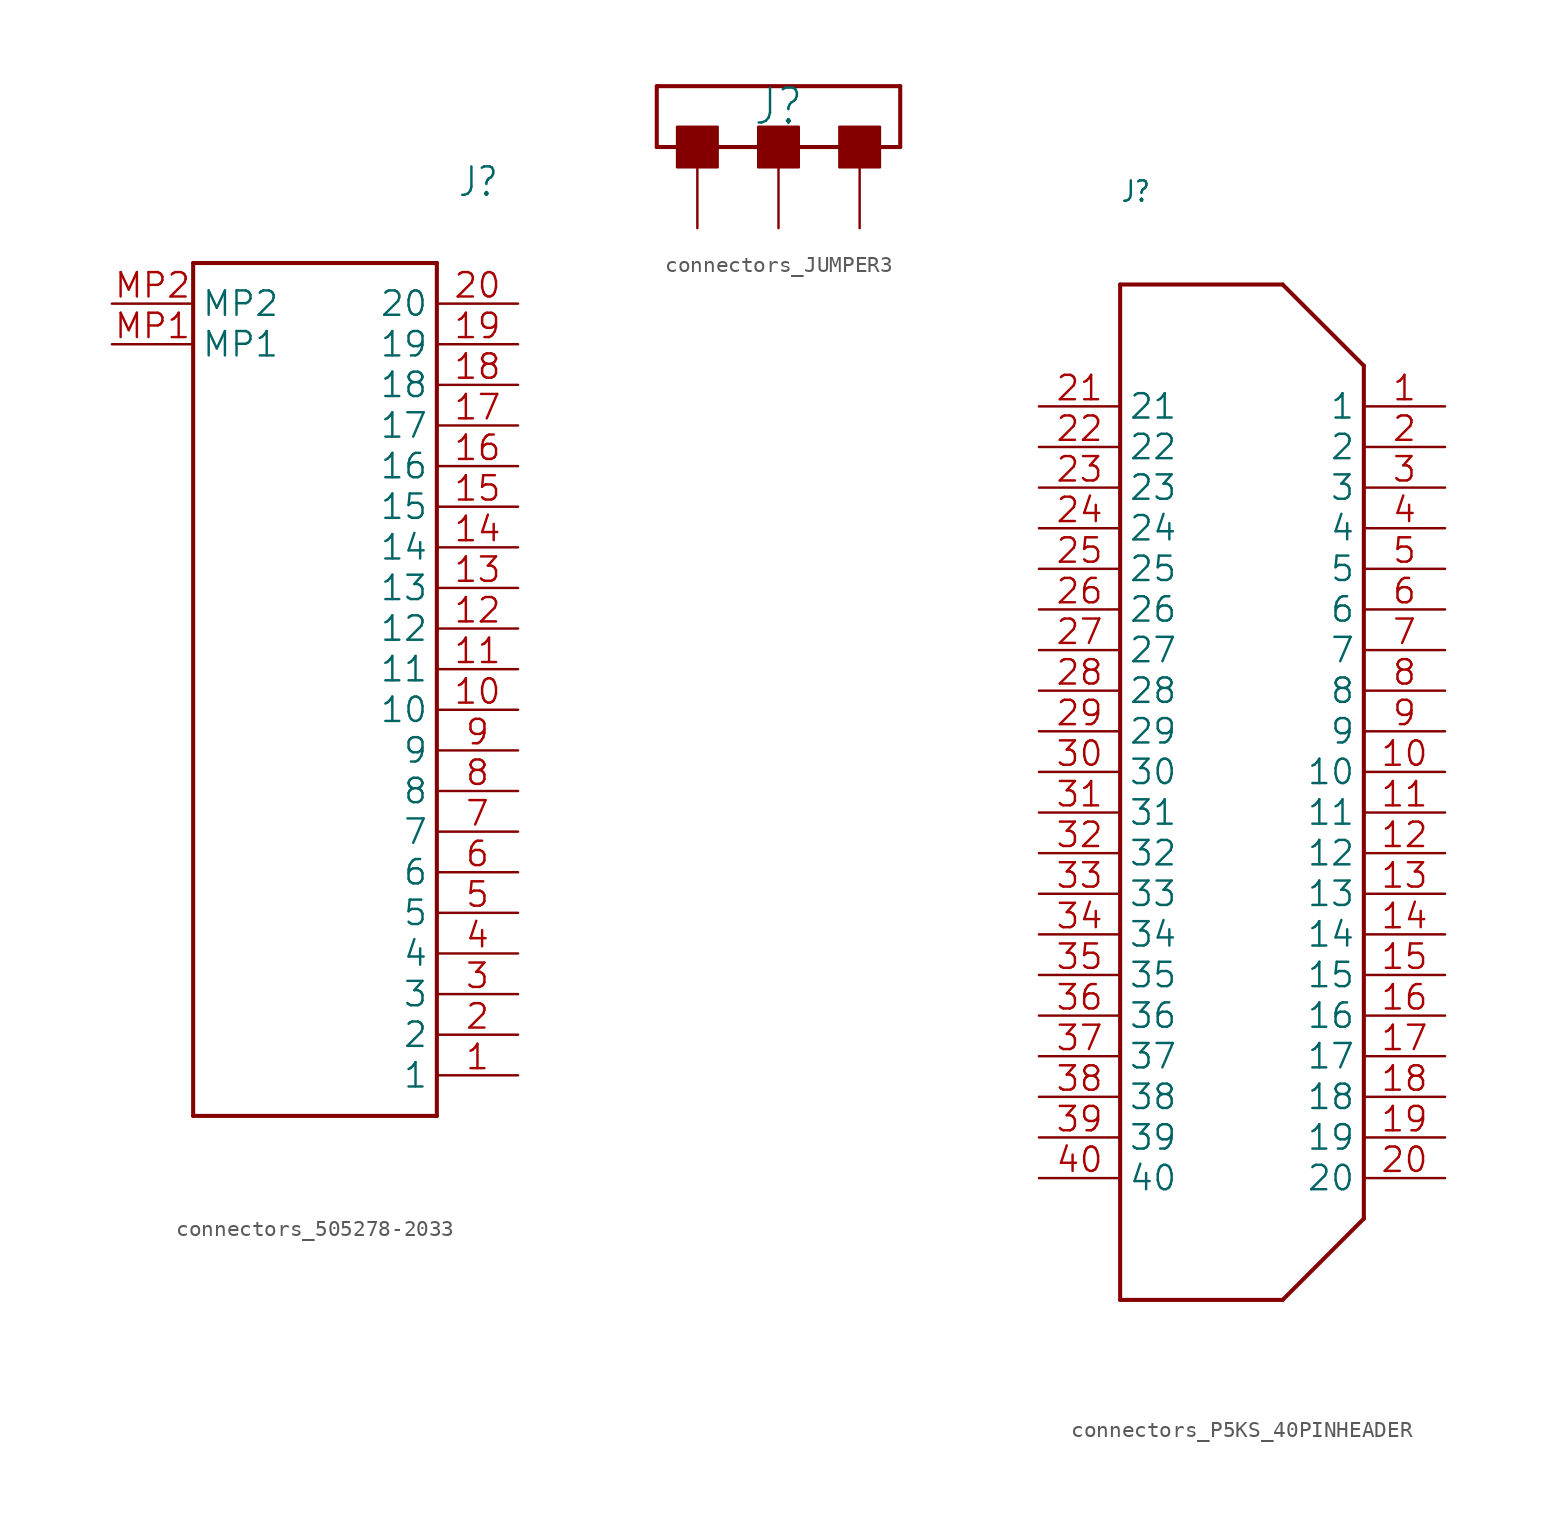
<source format=kicad_sym>
(kicad_symbol_lib
  (version 20241209)
  (generator "kicad_symbol_editor")
  (generator_version "9.0")
  (symbol "connectors_505278-2033"
    (property "Reference" "J"
      (at 21.59 7.62 0)
      (effects (font (size 1.778 1.511)) (justify left)))
    (property "Value" ""
      (at 21.59 5.08 0)
      (effects (font (size 1.778 1.511)) (justify left)))
    (property "ki_locked" ""
      (at 0 0 0)
      (effects (font (size 1.27 1.27))))
    (symbol "connectors_505278-2033_1_0"
      (polyline (pts (xy 5.08 2.54) (xy 5.08 -50.8)) (stroke (width 0.254) (type solid)) (fill (type none)))
      (polyline (pts (xy 5.08 2.54) (xy 20.32 2.54)) (stroke (width 0.254) (type solid)) (fill (type none)))
      (polyline (pts (xy 20.32 -50.8) (xy 5.08 -50.8)) (stroke (width 0.254) (type solid)) (fill (type none)))
      (polyline (pts (xy 20.32 -50.8) (xy 20.32 2.54)) (stroke (width 0.254) (type solid)) (fill (type none)))
      (pin bidirectional line (at 0 0 0) (length 5.08) (name "MP2" (effects (font (size 1.524 1.524)))) (number "MP2" (effects (font (size 1.524 1.524)))))
      (pin bidirectional line (at 0 -2.54 0) (length 5.08) (name "MP1" (effects (font (size 1.524 1.524)))) (number "MP1" (effects (font (size 1.524 1.524)))))
      (pin bidirectional line (at 25.4 0 180) (length 5.08) (name "20" (effects (font (size 1.524 1.524)))) (number "20" (effects (font (size 1.524 1.524)))))
      (pin bidirectional line (at 25.4 -2.54 180) (length 5.08) (name "19" (effects (font (size 1.524 1.524)))) (number "19" (effects (font (size 1.524 1.524)))))
      (pin bidirectional line (at 25.4 -5.08 180) (length 5.08) (name "18" (effects (font (size 1.524 1.524)))) (number "18" (effects (font (size 1.524 1.524)))))
      (pin bidirectional line (at 25.4 -7.62 180) (length 5.08) (name "17" (effects (font (size 1.524 1.524)))) (number "17" (effects (font (size 1.524 1.524)))))
      (pin bidirectional line (at 25.4 -10.16 180) (length 5.08) (name "16" (effects (font (size 1.524 1.524)))) (number "16" (effects (font (size 1.524 1.524)))))
      (pin bidirectional line (at 25.4 -12.7 180) (length 5.08) (name "15" (effects (font (size 1.524 1.524)))) (number "15" (effects (font (size 1.524 1.524)))))
      (pin bidirectional line (at 25.4 -15.24 180) (length 5.08) (name "14" (effects (font (size 1.524 1.524)))) (number "14" (effects (font (size 1.524 1.524)))))
      (pin bidirectional line (at 25.4 -17.78 180) (length 5.08) (name "13" (effects (font (size 1.524 1.524)))) (number "13" (effects (font (size 1.524 1.524)))))
      (pin bidirectional line (at 25.4 -20.32 180) (length 5.08) (name "12" (effects (font (size 1.524 1.524)))) (number "12" (effects (font (size 1.524 1.524)))))
      (pin bidirectional line (at 25.4 -22.86 180) (length 5.08) (name "11" (effects (font (size 1.524 1.524)))) (number "11" (effects (font (size 1.524 1.524)))))
      (pin bidirectional line (at 25.4 -25.4 180) (length 5.08) (name "10" (effects (font (size 1.524 1.524)))) (number "10" (effects (font (size 1.524 1.524)))))
      (pin bidirectional line (at 25.4 -27.94 180) (length 5.08) (name "9" (effects (font (size 1.524 1.524)))) (number "9" (effects (font (size 1.524 1.524)))))
      (pin bidirectional line (at 25.4 -30.48 180) (length 5.08) (name "8" (effects (font (size 1.524 1.524)))) (number "8" (effects (font (size 1.524 1.524)))))
      (pin bidirectional line (at 25.4 -33.02 180) (length 5.08) (name "7" (effects (font (size 1.524 1.524)))) (number "7" (effects (font (size 1.524 1.524)))))
      (pin bidirectional line (at 25.4 -35.56 180) (length 5.08) (name "6" (effects (font (size 1.524 1.524)))) (number "6" (effects (font (size 1.524 1.524)))))
      (pin bidirectional line (at 25.4 -38.1 180) (length 5.08) (name "5" (effects (font (size 1.524 1.524)))) (number "5" (effects (font (size 1.524 1.524)))))
      (pin bidirectional line (at 25.4 -40.64 180) (length 5.08) (name "4" (effects (font (size 1.524 1.524)))) (number "4" (effects (font (size 1.524 1.524)))))
      (pin bidirectional line (at 25.4 -43.18 180) (length 5.08) (name "3" (effects (font (size 1.524 1.524)))) (number "3" (effects (font (size 1.524 1.524)))))
      (pin bidirectional line (at 25.4 -45.72 180) (length 5.08) (name "2" (effects (font (size 1.524 1.524)))) (number "2" (effects (font (size 1.524 1.524)))))
      (pin bidirectional line (at 25.4 -48.26 180) (length 5.08) (name "1" (effects (font (size 1.524 1.524)))) (number "1" (effects (font (size 1.524 1.524)))))))
  (symbol "connectors_JUMPER3"
    (property "Reference" "J"
      (at 0 0 0)
      (effects (font (size 2.184 1.857))))
    (property "ki_locked" ""
      (at 0 0 0)
      (effects (font (size 1.27 1.27))))
    (symbol "connectors_JUMPER3_1_0"
      (polyline (pts (xy -7.62 1.27) (xy 7.62 1.27)) (stroke (width 0.254) (type solid)) (fill (type none)))
      (polyline (pts (xy -7.62 -2.54) (xy -7.62 1.27)) (stroke (width 0.254) (type solid)) (fill (type none)))
      (polyline (pts (xy -6.35 -2.54) (xy -7.62 -2.54)) (stroke (width 0.254) (type solid)) (fill (type none)))
      (polyline (pts (xy -5.08 -2.54) (xy 7.62 -2.54)) (stroke (width 0.254) (type solid)) (fill (type none)))
      (rectangle (start -3.81 -3.81) (end -6.35 -1.27) (stroke (width 0) (type default)) (fill (type outline)))
      (rectangle (start 1.27 -3.81) (end -1.27 -1.27) (stroke (width 0) (type default)) (fill (type outline)))
      (rectangle (start 6.35 -3.81) (end 3.81 -1.27) (stroke (width 0) (type default)) (fill (type outline)))
      (polyline (pts (xy 7.62 1.27) (xy 7.62 -2.54)) (stroke (width 0.254) (type solid)) (fill (type none)))
      (pin bidirectional line (at -5.08 -7.62 90) (length 5.08) (name "L" (effects (font (size 0 0)))) (number "L" (effects (font (size 0 0)))))
      (pin bidirectional line (at 0 -7.62 90) (length 5.08) (name "C" (effects (font (size 0 0)))) (number "C" (effects (font (size 0 0)))))
      (pin bidirectional line (at 5.08 -7.62 90) (length 5.08) (name "R" (effects (font (size 0 0)))) (number "R" (effects (font (size 0 0)))))))
  (symbol "connectors_P5KS_40PINHEADER"
    (property "Reference" "J"
      (at -7.62 7.62 0)
      (effects (font (size 1.27 1.079)) (justify left bottom)))
    (property "Value" ""
      (at -7.62 5.08 0)
      (effects (font (size 1.27 1.079)) (justify left bottom)))
    (property "ki_locked" ""
      (at 0 0 0)
      (effects (font (size 1.27 1.27))))
    (symbol "connectors_P5KS_40PINHEADER_1_0"
      (polyline (pts (xy -7.62 2.54) (xy 2.54 2.54)) (stroke (width 0.254) (type solid)) (fill (type none)))
      (polyline (pts (xy -7.62 -60.96) (xy -7.62 2.54)) (stroke (width 0.254) (type solid)) (fill (type none)))
      (polyline (pts (xy 2.54 2.54) (xy 7.62 -2.54)) (stroke (width 0.254) (type solid)) (fill (type none)))
      (polyline (pts (xy 2.54 -60.96) (xy -7.62 -60.96)) (stroke (width 0.254) (type solid)) (fill (type none)))
      (polyline (pts (xy 7.62 -2.54) (xy 7.62 -55.88)) (stroke (width 0.254) (type solid)) (fill (type none)))
      (polyline (pts (xy 7.62 -55.88) (xy 2.54 -60.96)) (stroke (width 0.254) (type solid)) (fill (type none)))
      (pin bidirectional line (at -12.7 -5.08 0) (length 5.08) (name "21" (effects (font (size 1.524 1.524)))) (number "21" (effects (font (size 1.524 1.524)))))
      (pin bidirectional line (at -12.7 -7.62 0) (length 5.08) (name "22" (effects (font (size 1.524 1.524)))) (number "22" (effects (font (size 1.524 1.524)))))
      (pin bidirectional line (at -12.7 -10.16 0) (length 5.08) (name "23" (effects (font (size 1.524 1.524)))) (number "23" (effects (font (size 1.524 1.524)))))
      (pin bidirectional line (at -12.7 -12.7 0) (length 5.08) (name "24" (effects (font (size 1.524 1.524)))) (number "24" (effects (font (size 1.524 1.524)))))
      (pin bidirectional line (at -12.7 -15.24 0) (length 5.08) (name "25" (effects (font (size 1.524 1.524)))) (number "25" (effects (font (size 1.524 1.524)))))
      (pin bidirectional line (at -12.7 -17.78 0) (length 5.08) (name "26" (effects (font (size 1.524 1.524)))) (number "26" (effects (font (size 1.524 1.524)))))
      (pin bidirectional line (at -12.7 -20.32 0) (length 5.08) (name "27" (effects (font (size 1.524 1.524)))) (number "27" (effects (font (size 1.524 1.524)))))
      (pin bidirectional line (at -12.7 -22.86 0) (length 5.08) (name "28" (effects (font (size 1.524 1.524)))) (number "28" (effects (font (size 1.524 1.524)))))
      (pin bidirectional line (at -12.7 -25.4 0) (length 5.08) (name "29" (effects (font (size 1.524 1.524)))) (number "29" (effects (font (size 1.524 1.524)))))
      (pin bidirectional line (at -12.7 -27.94 0) (length 5.08) (name "30" (effects (font (size 1.524 1.524)))) (number "30" (effects (font (size 1.524 1.524)))))
      (pin bidirectional line (at -12.7 -30.48 0) (length 5.08) (name "31" (effects (font (size 1.524 1.524)))) (number "31" (effects (font (size 1.524 1.524)))))
      (pin bidirectional line (at -12.7 -33.02 0) (length 5.08) (name "32" (effects (font (size 1.524 1.524)))) (number "32" (effects (font (size 1.524 1.524)))))
      (pin bidirectional line (at -12.7 -35.56 0) (length 5.08) (name "33" (effects (font (size 1.524 1.524)))) (number "33" (effects (font (size 1.524 1.524)))))
      (pin bidirectional line (at -12.7 -38.1 0) (length 5.08) (name "34" (effects (font (size 1.524 1.524)))) (number "34" (effects (font (size 1.524 1.524)))))
      (pin bidirectional line (at -12.7 -40.64 0) (length 5.08) (name "35" (effects (font (size 1.524 1.524)))) (number "35" (effects (font (size 1.524 1.524)))))
      (pin bidirectional line (at -12.7 -43.18 0) (length 5.08) (name "36" (effects (font (size 1.524 1.524)))) (number "36" (effects (font (size 1.524 1.524)))))
      (pin bidirectional line (at -12.7 -45.72 0) (length 5.08) (name "37" (effects (font (size 1.524 1.524)))) (number "37" (effects (font (size 1.524 1.524)))))
      (pin bidirectional line (at -12.7 -48.26 0) (length 5.08) (name "38" (effects (font (size 1.524 1.524)))) (number "38" (effects (font (size 1.524 1.524)))))
      (pin bidirectional line (at -12.7 -50.8 0) (length 5.08) (name "39" (effects (font (size 1.524 1.524)))) (number "39" (effects (font (size 1.524 1.524)))))
      (pin bidirectional line (at -12.7 -53.34 0) (length 5.08) (name "40" (effects (font (size 1.524 1.524)))) (number "40" (effects (font (size 1.524 1.524)))))
      (pin bidirectional line (at 12.7 -5.08 180) (length 5.08) (name "1" (effects (font (size 1.524 1.524)))) (number "1" (effects (font (size 1.524 1.524)))))
      (pin bidirectional line (at 12.7 -7.62 180) (length 5.08) (name "2" (effects (font (size 1.524 1.524)))) (number "2" (effects (font (size 1.524 1.524)))))
      (pin bidirectional line (at 12.7 -10.16 180) (length 5.08) (name "3" (effects (font (size 1.524 1.524)))) (number "3" (effects (font (size 1.524 1.524)))))
      (pin bidirectional line (at 12.7 -12.7 180) (length 5.08) (name "4" (effects (font (size 1.524 1.524)))) (number "4" (effects (font (size 1.524 1.524)))))
      (pin bidirectional line (at 12.7 -15.24 180) (length 5.08) (name "5" (effects (font (size 1.524 1.524)))) (number "5" (effects (font (size 1.524 1.524)))))
      (pin bidirectional line (at 12.7 -17.78 180) (length 5.08) (name "6" (effects (font (size 1.524 1.524)))) (number "6" (effects (font (size 1.524 1.524)))))
      (pin bidirectional line (at 12.7 -20.32 180) (length 5.08) (name "7" (effects (font (size 1.524 1.524)))) (number "7" (effects (font (size 1.524 1.524)))))
      (pin bidirectional line (at 12.7 -22.86 180) (length 5.08) (name "8" (effects (font (size 1.524 1.524)))) (number "8" (effects (font (size 1.524 1.524)))))
      (pin bidirectional line (at 12.7 -25.4 180) (length 5.08) (name "9" (effects (font (size 1.524 1.524)))) (number "9" (effects (font (size 1.524 1.524)))))
      (pin bidirectional line (at 12.7 -27.94 180) (length 5.08) (name "10" (effects (font (size 1.524 1.524)))) (number "10" (effects (font (size 1.524 1.524)))))
      (pin bidirectional line (at 12.7 -30.48 180) (length 5.08) (name "11" (effects (font (size 1.524 1.524)))) (number "11" (effects (font (size 1.524 1.524)))))
      (pin bidirectional line (at 12.7 -33.02 180) (length 5.08) (name "12" (effects (font (size 1.524 1.524)))) (number "12" (effects (font (size 1.524 1.524)))))
      (pin bidirectional line (at 12.7 -35.56 180) (length 5.08) (name "13" (effects (font (size 1.524 1.524)))) (number "13" (effects (font (size 1.524 1.524)))))
      (pin bidirectional line (at 12.7 -38.1 180) (length 5.08) (name "14" (effects (font (size 1.524 1.524)))) (number "14" (effects (font (size 1.524 1.524)))))
      (pin bidirectional line (at 12.7 -40.64 180) (length 5.08) (name "15" (effects (font (size 1.524 1.524)))) (number "15" (effects (font (size 1.524 1.524)))))
      (pin bidirectional line (at 12.7 -43.18 180) (length 5.08) (name "16" (effects (font (size 1.524 1.524)))) (number "16" (effects (font (size 1.524 1.524)))))
      (pin bidirectional line (at 12.7 -45.72 180) (length 5.08) (name "17" (effects (font (size 1.524 1.524)))) (number "17" (effects (font (size 1.524 1.524)))))
      (pin bidirectional line (at 12.7 -48.26 180) (length 5.08) (name "18" (effects (font (size 1.524 1.524)))) (number "18" (effects (font (size 1.524 1.524)))))
      (pin bidirectional line (at 12.7 -50.8 180) (length 5.08) (name "19" (effects (font (size 1.524 1.524)))) (number "19" (effects (font (size 1.524 1.524)))))
      (pin bidirectional line (at 12.7 -53.34 180) (length 5.08) (name "20" (effects (font (size 1.524 1.524)))) (number "20" (effects (font (size 1.524 1.524))))))))
</source>
